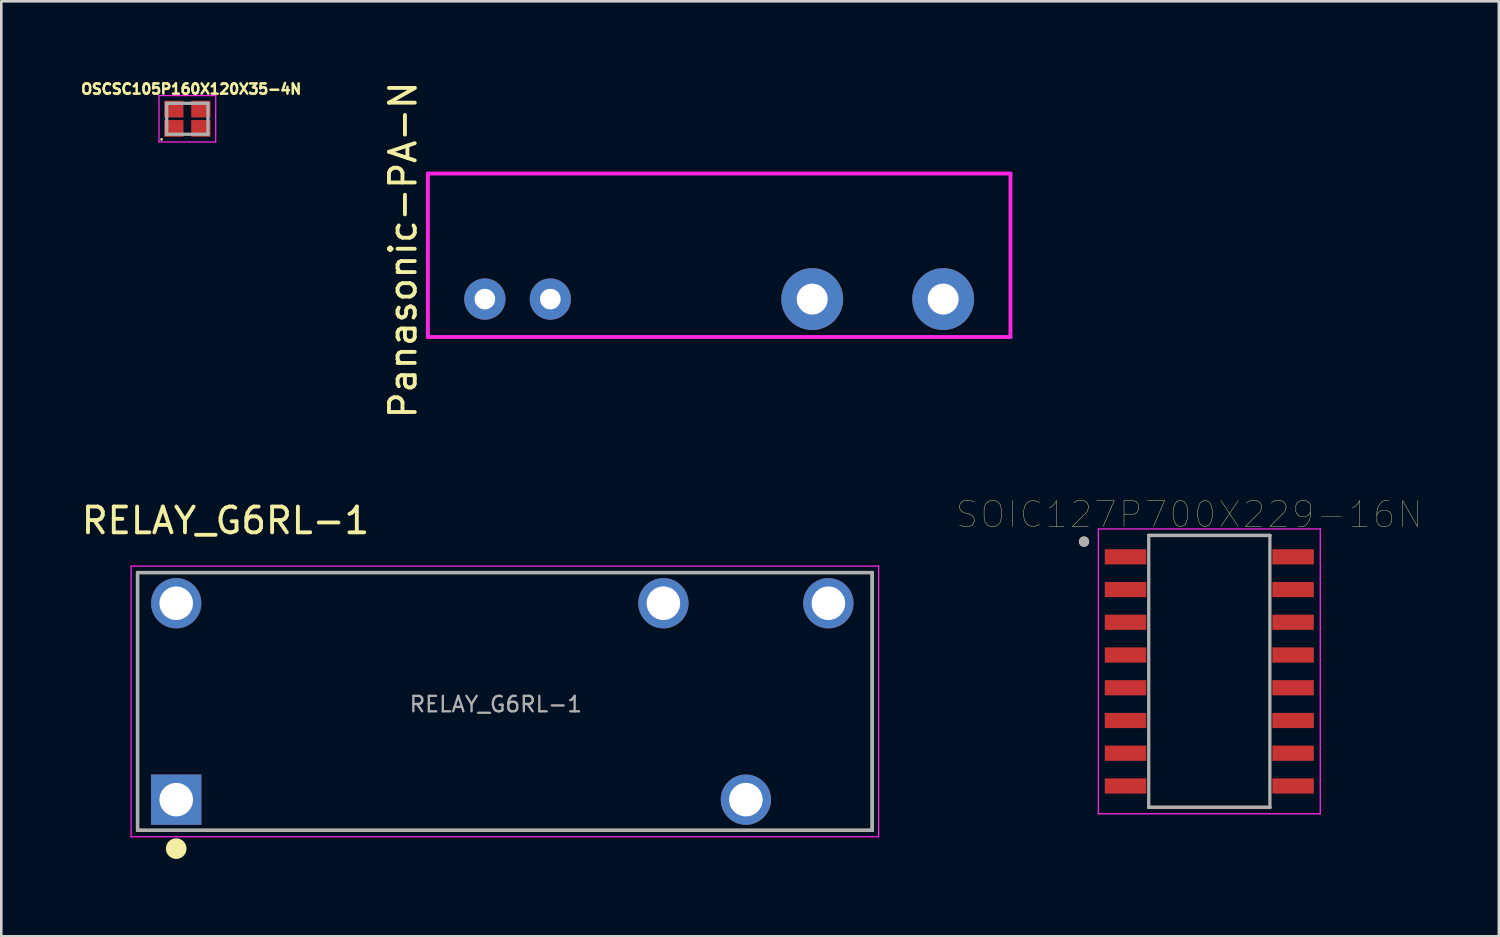
<source format=kicad_pcb>
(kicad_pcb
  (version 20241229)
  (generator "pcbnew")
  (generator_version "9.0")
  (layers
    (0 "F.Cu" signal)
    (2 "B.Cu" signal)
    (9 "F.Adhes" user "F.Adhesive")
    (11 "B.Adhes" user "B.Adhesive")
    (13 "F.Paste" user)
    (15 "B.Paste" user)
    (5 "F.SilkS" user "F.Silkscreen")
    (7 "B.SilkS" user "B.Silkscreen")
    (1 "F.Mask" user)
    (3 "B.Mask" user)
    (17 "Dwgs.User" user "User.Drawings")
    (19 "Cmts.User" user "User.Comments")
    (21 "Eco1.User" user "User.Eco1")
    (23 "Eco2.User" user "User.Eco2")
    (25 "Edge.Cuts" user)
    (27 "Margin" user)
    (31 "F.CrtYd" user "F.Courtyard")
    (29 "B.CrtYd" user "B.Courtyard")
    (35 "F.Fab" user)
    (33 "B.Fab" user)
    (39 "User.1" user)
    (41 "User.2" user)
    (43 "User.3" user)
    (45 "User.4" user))
  (footprint "Panasonic-PA-N"
    (layer "F.Cu")
    (at 24.65 6.966)
    (property "Reference" "Panasonic-PA-N" (at -12.065 -0.318 90) (layer "F.SilkS") (effects (font (size 1 1) (thickness 0.15))))
    (attr through_hole)
    (fp_line (start -11.1 -3.283) (end -11.1 3.058) (stroke (width 0.15) (type solid)) (layer "F.CrtYd"))
    (fp_line (start -11.1 3.058) (end 11.5 3.058) (stroke (width 0.15) (type solid)) (layer "F.CrtYd"))
    (fp_line (start 11.5 -3.283) (end -11.1 -3.283) (stroke (width 0.15) (type solid)) (layer "F.CrtYd"))
    (fp_line (start 11.5 3.058) (end 11.5 -3.283) (stroke (width 0.15) (type solid)) (layer "F.CrtYd"))
    (pad "1" thru_hole circle (at -8.89 1.587) (size 1.6 1.6) (drill 0.8) (layers "*.Cu" "*.Mask"))
    (pad "2" thru_hole circle (at -6.35 1.587) (size 1.6 1.6) (drill 0.8) (layers "*.Cu" "*.Mask"))
    (pad "5" thru_hole circle (at 3.81 1.587) (size 2.4 2.4) (drill 1.2) (layers "*.Cu" "*.Mask"))
    (pad "6" thru_hole circle (at 8.89 1.587) (size 2.4 2.4) (drill 1.2) (layers "*.Cu" "*.Mask")))
  (footprint "RELAY_G6RL-1"
    (layer "F.Cu")
    (at 3.786 27.972)
    (property "Reference" "RELAY_G6RL-1" (at 1.911 -10.826 0) (layer "F.SilkS") (effects (font (size 1 1) (thickness 0.15))))
    (attr through_hole)
    (fp_line (start -1.5 -8.81) (end 27 -8.81) (stroke (width 0.127) (type solid)) (layer "F.SilkS"))
    (fp_line (start -1.5 1.19) (end -1.5 -8.81) (stroke (width 0.127) (type solid)) (layer "F.SilkS"))
    (fp_line (start 27 -8.81) (end 27 1.19) (stroke (width 0.127) (type solid)) (layer "F.SilkS"))
    (fp_line (start 27 1.19) (end -1.5 1.19) (stroke (width 0.127) (type solid)) (layer "F.SilkS"))
    (fp_circle (center 0 1.9) (end 0.2 1.9) (stroke (width 0.4) (type solid)) (fill no) (layer "F.SilkS"))
    (fp_line (start -1.75 -9.06) (end -1.75 1.44) (stroke (width 0.05) (type solid)) (layer "F.CrtYd"))
    (fp_line (start -1.75 1.44) (end 27.25 1.44) (stroke (width 0.05) (type solid)) (layer "F.CrtYd"))
    (fp_line (start 27.25 -9.06) (end -1.75 -9.06) (stroke (width 0.05) (type solid)) (layer "F.CrtYd"))
    (fp_line (start 27.25 1.44) (end 27.25 -9.06) (stroke (width 0.05) (type solid)) (layer "F.CrtYd"))
    (fp_line (start -1.5 -8.81) (end 27 -8.81) (stroke (width 0.127) (type solid)) (layer "F.Fab"))
    (fp_line (start -1.5 1.19) (end -1.5 -8.81) (stroke (width 0.127) (type solid)) (layer "F.Fab"))
    (fp_line (start 27 -8.81) (end 27 1.19) (stroke (width 0.127) (type solid)) (layer "F.Fab"))
    (fp_line (start 27 1.19) (end -1.5 1.19) (stroke (width 0.127) (type solid)) (layer "F.Fab"))
    (fp_text user "${REFERENCE}" (at 12.4 -3.7 0) (layer "F.Fab") (effects (font (size 0.6 0.6) (thickness 0.09))))
    (pad "1" thru_hole rect (at 0 0) (size 1.95 1.95) (drill 1.3) (layers "*.Cu" "*.Mask"))
    (pad "2" thru_hole circle (at 22.1 0) (size 1.95 1.95) (drill 1.3) (layers "*.Cu" "*.Mask"))
    (pad "3" thru_hole circle (at 25.3 -7.62) (size 1.95 1.95) (drill 1.3) (layers "*.Cu" "*.Mask"))
    (pad "4" thru_hole circle (at 18.9 -7.62) (size 1.95 1.95) (drill 1.3) (layers "*.Cu" "*.Mask"))
    (pad "5" thru_hole circle (at 0 -7.62) (size 1.95 1.95) (drill 1.3) (layers "*.Cu" "*.Mask")))
  (footprint "SOIC127P700X229-16N"
    (layer "F.Cu")
    (at 43.864 22.996)
    (property "Reference" "SOIC127P700X229-16N" (at -0.785 -6.087 0) (layer "F.SilkS") (effects (font (size 1 1) (thickness 0.015))))
    (attr through_hole)
    (fp_line (start -2.35 -5.275) (end 2.35 -5.275) (stroke (width 0.127) (type solid)) (layer "F.SilkS"))
    (fp_line (start -2.35 5.275) (end 2.35 5.275) (stroke (width 0.127) (type solid)) (layer "F.SilkS"))
    (fp_circle (center -4.86 -5.035) (end -4.76 -5.035) (stroke (width 0.2) (type solid)) (fill no) (layer "F.SilkS"))
    (fp_line (start -4.305 -5.525) (end -4.305 5.525) (stroke (width 0.05) (type solid)) (layer "F.CrtYd"))
    (fp_line (start -4.305 -5.525) (end 4.305 -5.525) (stroke (width 0.05) (type solid)) (layer "F.CrtYd"))
    (fp_line (start -4.305 5.525) (end 4.305 5.525) (stroke (width 0.05) (type solid)) (layer "F.CrtYd"))
    (fp_line (start 4.305 -5.525) (end 4.305 5.525) (stroke (width 0.05) (type solid)) (layer "F.CrtYd"))
    (fp_line (start -2.35 -5.275) (end -2.35 5.275) (stroke (width 0.127) (type solid)) (layer "F.Fab"))
    (fp_line (start -2.35 -5.275) (end 2.35 -5.275) (stroke (width 0.127) (type solid)) (layer "F.Fab"))
    (fp_line (start -2.35 5.275) (end 2.35 5.275) (stroke (width 0.127) (type solid)) (layer "F.Fab"))
    (fp_line (start 2.35 -5.275) (end 2.35 5.275) (stroke (width 0.127) (type solid)) (layer "F.Fab"))
    (fp_circle (center -4.86 -5.035) (end -4.76 -5.035) (stroke (width 0.2) (type solid)) (fill no) (layer "F.Fab"))
    (pad "1" smd rect (at -3.25 -4.445) (size 1.61 0.59) (layers "F.Cu" "F.Mask" "F.Paste"))
    (pad "2" smd rect (at -3.25 -3.175) (size 1.61 0.59) (layers "F.Cu" "F.Mask" "F.Paste"))
    (pad "3" smd rect (at -3.25 -1.905) (size 1.61 0.59) (layers "F.Cu" "F.Mask" "F.Paste"))
    (pad "4" smd rect (at -3.25 -0.635) (size 1.61 0.59) (layers "F.Cu" "F.Mask" "F.Paste"))
    (pad "5" smd rect (at -3.25 0.635) (size 1.61 0.59) (layers "F.Cu" "F.Mask" "F.Paste"))
    (pad "6" smd rect (at -3.25 1.905) (size 1.61 0.59) (layers "F.Cu" "F.Mask" "F.Paste"))
    (pad "7" smd rect (at -3.25 3.175) (size 1.61 0.59) (layers "F.Cu" "F.Mask" "F.Paste"))
    (pad "8" smd rect (at -3.25 4.445) (size 1.61 0.59) (layers "F.Cu" "F.Mask" "F.Paste"))
    (pad "9" smd rect (at 3.25 4.445) (size 1.61 0.59) (layers "F.Cu" "F.Mask" "F.Paste"))
    (pad "10" smd rect (at 3.25 3.175) (size 1.61 0.59) (layers "F.Cu" "F.Mask" "F.Paste"))
    (pad "11" smd rect (at 3.25 1.905) (size 1.61 0.59) (layers "F.Cu" "F.Mask" "F.Paste"))
    (pad "12" smd rect (at 3.25 0.635) (size 1.61 0.59) (layers "F.Cu" "F.Mask" "F.Paste"))
    (pad "13" smd rect (at 3.25 -0.635) (size 1.61 0.59) (layers "F.Cu" "F.Mask" "F.Paste"))
    (pad "14" smd rect (at 3.25 -1.905) (size 1.61 0.59) (layers "F.Cu" "F.Mask" "F.Paste"))
    (pad "15" smd rect (at 3.25 -3.175) (size 1.61 0.59) (layers "F.Cu" "F.Mask" "F.Paste"))
    (pad "16" smd rect (at 3.25 -4.445) (size 1.61 0.59) (layers "F.Cu" "F.Mask" "F.Paste")))
  (footprint "OSCSC105P160X120X35-4N"
    (layer "F.Cu")
    (at 4.218 1.558)
    (property "Reference" "OSCSC105P160X120X35-4N" (at 0.15 -1.154 0) (layer "F.SilkS") (effects (font (size 0.395 0.395) (thickness 0.15))))
    (attr through_hole)
    (fp_poly (pts (xy -0.953 -0.75) (xy -0.1 -0.75) (xy -0.1 0) (xy -0.953 0)) (stroke (width 0.01) (type solid)) (fill yes) (layer "F.Mask"))
    (fp_poly (pts (xy -0.95 0) (xy -0.1 0) (xy -0.1 0.75) (xy -0.95 0.75)) (stroke (width 0.01) (type solid)) (fill yes) (layer "F.Mask"))
    (fp_poly (pts (xy 0.1 -0.75) (xy 0.95 -0.75) (xy 0.95 0) (xy 0.1 0)) (stroke (width 0.01) (type solid)) (fill yes) (layer "F.Mask"))
    (fp_poly (pts (xy 0.1 0) (xy 0.95 0) (xy 0.95 0.752) (xy 0.1 0.752)) (stroke (width 0.01) (type solid)) (fill yes) (layer "F.Mask"))
    (fp_circle (center -1 0.8) (end -0.95 0.8) (stroke (width 0) (type solid)) (fill yes) (layer "F.SilkS"))
    (fp_line (start -1.1 -0.9) (end -1.1 0.9) (stroke (width 0.05) (type solid)) (layer "F.CrtYd"))
    (fp_line (start -1.1 0.9) (end 1.1 0.9) (stroke (width 0.05) (type solid)) (layer "F.CrtYd"))
    (fp_line (start 1.1 -0.9) (end -1.1 -0.9) (stroke (width 0.05) (type solid)) (layer "F.CrtYd"))
    (fp_line (start 1.1 0.9) (end 1.1 -0.9) (stroke (width 0.05) (type solid)) (layer "F.CrtYd"))
    (fp_line (start -0.8 -0.6) (end 0.8 -0.6) (stroke (width 0.127) (type solid)) (layer "F.Fab"))
    (fp_line (start -0.8 0.6) (end -0.8 -0.6) (stroke (width 0.127) (type solid)) (layer "F.Fab"))
    (fp_line (start 0.8 -0.6) (end 0.8 0.6) (stroke (width 0.127) (type solid)) (layer "F.Fab"))
    (fp_line (start 0.8 0.6) (end -0.8 0.6) (stroke (width 0.127) (type solid)) (layer "F.Fab"))
    (pad "1" smd rect (at -0.525 0.375) (size 0.75 0.65) (layers "F.Cu" "F.Paste"))
    (pad "2" smd rect (at 0.525 0.375) (size 0.75 0.65) (layers "F.Cu" "F.Paste"))
    (pad "3" smd rect (at 0.525 -0.375) (size 0.75 0.65) (layers "F.Cu" "F.Paste"))
    (pad "4" smd rect (at -0.525 -0.375) (size 0.75 0.65) (layers "F.Cu" "F.Paste")))
  (gr_rect
    (start -3 -3)
    (end 55.096 33.272)
    (stroke (width 0.1) (type default))
    (fill no)
    (layer "Edge.Cuts")))
</source>
